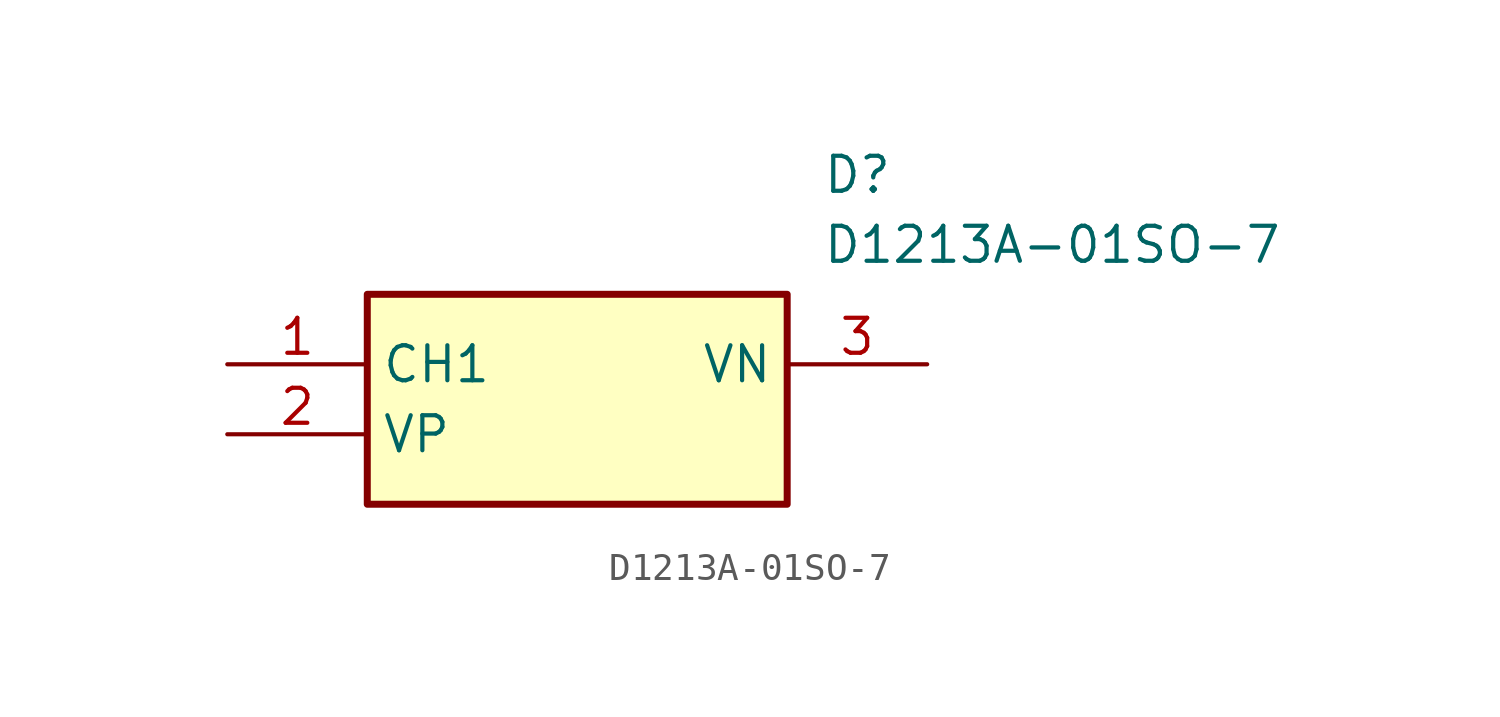
<source format=kicad_sym>
(kicad_symbol_lib
  (version 20211014)
  (generator SamacSys_ECAD_Model)
  (symbol "D1213A-01SO-7"
    (property "Reference" "D"
      (at 21.59 7.62 0)
      (effects (font (size 1.27 1.27)) (justify left top)))
    (property "Value" "D1213A-01SO-7"
      (at 21.59 5.08 0)
      (effects (font (size 1.27 1.27)) (justify left top)))
    (rectangle
      (start 5.08 2.54)
      (end 20.32 -5.08)
      (stroke (width 0.254) (type default))
      (fill (type background)))
    (pin passive line
      (at 0 0 0)
      (length 5.08)
      (name "CH1" (effects (font (size 1.27 1.27))))
      (number "1" (effects (font (size 1.27 1.27)))))
    (pin passive line
      (at 0 -2.54 0)
      (length 5.08)
      (name "VP" (effects (font (size 1.27 1.27))))
      (number "2" (effects (font (size 1.27 1.27)))))
    (pin passive line
      (at 25.4 0 180)
      (length 5.08)
      (name "VN" (effects (font (size 1.27 1.27))))
      (number "3" (effects (font (size 1.27 1.27)))))))
</source>
